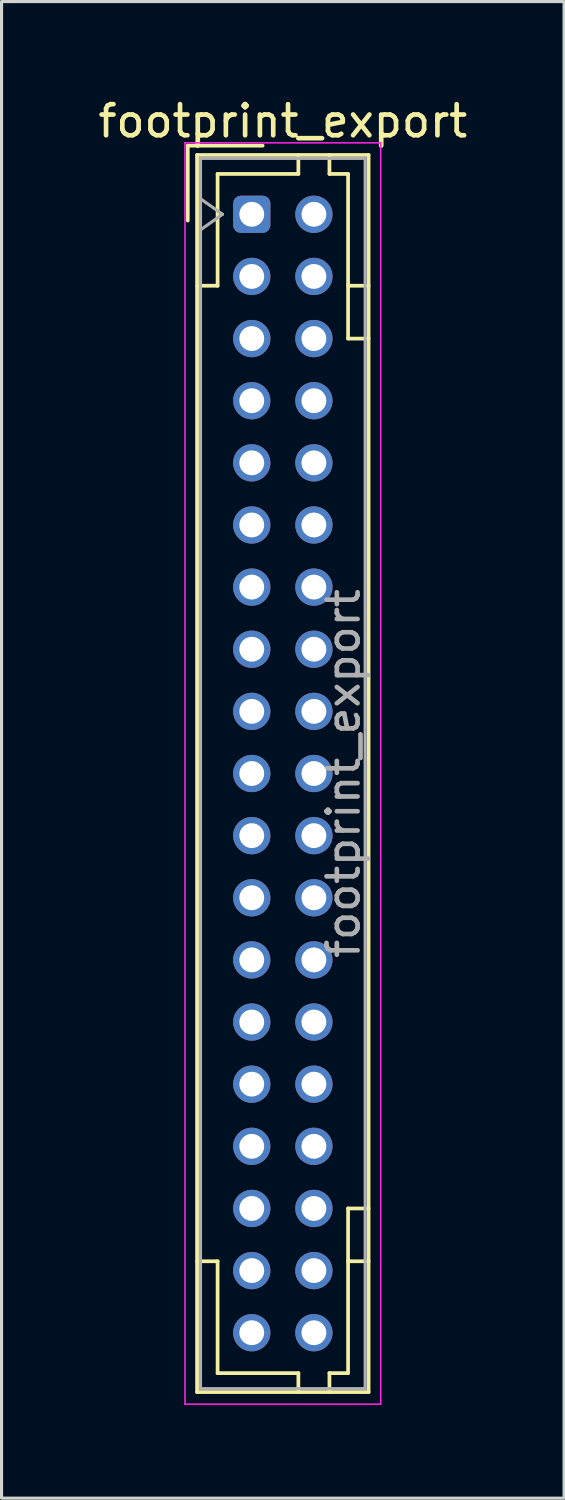
<source format=kicad_pcb>
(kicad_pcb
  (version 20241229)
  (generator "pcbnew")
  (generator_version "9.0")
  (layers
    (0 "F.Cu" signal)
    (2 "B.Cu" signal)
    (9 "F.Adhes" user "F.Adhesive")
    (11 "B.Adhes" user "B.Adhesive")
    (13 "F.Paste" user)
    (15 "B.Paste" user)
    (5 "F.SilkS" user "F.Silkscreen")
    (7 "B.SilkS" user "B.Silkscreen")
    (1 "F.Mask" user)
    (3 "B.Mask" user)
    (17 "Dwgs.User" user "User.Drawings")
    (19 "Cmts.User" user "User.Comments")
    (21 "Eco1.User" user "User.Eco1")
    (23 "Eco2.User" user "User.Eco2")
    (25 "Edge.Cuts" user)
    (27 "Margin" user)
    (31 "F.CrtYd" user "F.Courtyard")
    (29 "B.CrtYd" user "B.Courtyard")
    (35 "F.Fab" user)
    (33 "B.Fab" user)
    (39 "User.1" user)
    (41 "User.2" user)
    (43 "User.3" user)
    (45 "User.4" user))
  (footprint "footprint_export"
    (layer "F.Cu")
    (at 5.054 3.848)
    (property "Reference" "footprint_export" (at 1 -3 0) (layer "F.SilkS") (effects (font (size 1 1) (thickness 0.15))))
    (attr through_hole)
    (fp_line (start -2.06 -2.21) (end -2.06 0.2) (stroke (width 0.12) (type solid)) (layer "F.SilkS"))
    (fp_line (start -1.76 -1.91) (end -1.76 37.91) (stroke (width 0.12) (type solid)) (layer "F.SilkS"))
    (fp_line (start -1.76 37.91) (end 3.76 37.91) (stroke (width 0.12) (type solid)) (layer "F.SilkS"))
    (fp_line (start -1.1 -1.3) (end -1.1 2.3) (stroke (width 0.12) (type solid)) (layer "F.SilkS"))
    (fp_line (start -1.1 2.3) (end -1.76 2.3) (stroke (width 0.12) (type solid)) (layer "F.SilkS"))
    (fp_line (start -1.1 33.7) (end -1.76 33.7) (stroke (width 0.12) (type solid)) (layer "F.SilkS"))
    (fp_line (start -1.1 37.3) (end -1.1 33.7) (stroke (width 0.12) (type solid)) (layer "F.SilkS"))
    (fp_line (start 0.35 -2.21) (end -2.06 -2.21) (stroke (width 0.12) (type solid)) (layer "F.SilkS"))
    (fp_line (start 1.5 -1.91) (end 1.5 -1.3) (stroke (width 0.12) (type solid)) (layer "F.SilkS"))
    (fp_line (start 1.5 -1.3) (end -1.1 -1.3) (stroke (width 0.12) (type solid)) (layer "F.SilkS"))
    (fp_line (start 1.5 37.3) (end -1.1 37.3) (stroke (width 0.12) (type solid)) (layer "F.SilkS"))
    (fp_line (start 1.5 37.91) (end 1.5 37.3) (stroke (width 0.12) (type solid)) (layer "F.SilkS"))
    (fp_line (start 2.5 -1.91) (end 2.5 -1.3) (stroke (width 0.12) (type solid)) (layer "F.SilkS"))
    (fp_line (start 2.5 -1.3) (end 3.1 -1.3) (stroke (width 0.12) (type solid)) (layer "F.SilkS"))
    (fp_line (start 2.5 37.3) (end 3.1 37.3) (stroke (width 0.12) (type solid)) (layer "F.SilkS"))
    (fp_line (start 2.5 37.91) (end 2.5 37.3) (stroke (width 0.12) (type solid)) (layer "F.SilkS"))
    (fp_line (start 3.1 -1.3) (end 3.1 4) (stroke (width 0.12) (type solid)) (layer "F.SilkS"))
    (fp_line (start 3.1 4) (end 3.76 4) (stroke (width 0.12) (type solid)) (layer "F.SilkS"))
    (fp_line (start 3.1 32) (end 3.76 32) (stroke (width 0.12) (type solid)) (layer "F.SilkS"))
    (fp_line (start 3.1 37.3) (end 3.1 32) (stroke (width 0.12) (type solid)) (layer "F.SilkS"))
    (fp_line (start 3.76 -1.91) (end -1.76 -1.91) (stroke (width 0.12) (type solid)) (layer "F.SilkS"))
    (fp_line (start 3.76 2.3) (end 3.1 2.3) (stroke (width 0.12) (type solid)) (layer "F.SilkS"))
    (fp_line (start 3.76 33.7) (end 3.1 33.7) (stroke (width 0.12) (type solid)) (layer "F.SilkS"))
    (fp_line (start 3.76 37.91) (end 3.76 -1.91) (stroke (width 0.12) (type solid)) (layer "F.SilkS"))
    (fp_line (start -2.15 -2.3) (end -2.15 38.3) (stroke (width 0.05) (type solid)) (layer "F.CrtYd"))
    (fp_line (start -2.15 38.3) (end 4.15 38.3) (stroke (width 0.05) (type solid)) (layer "F.CrtYd"))
    (fp_line (start 4.15 -2.3) (end -2.15 -2.3) (stroke (width 0.05) (type solid)) (layer "F.CrtYd"))
    (fp_line (start 4.15 38.3) (end 4.15 -2.3) (stroke (width 0.05) (type solid)) (layer "F.CrtYd"))
    (fp_line (start -1.65 -1.8) (end -1.65 37.8) (stroke (width 0.1) (type solid)) (layer "F.Fab"))
    (fp_line (start -1.65 0.5) (end -0.943 0) (stroke (width 0.1) (type solid)) (layer "F.Fab"))
    (fp_line (start -1.65 37.8) (end 3.65 37.8) (stroke (width 0.1) (type solid)) (layer "F.Fab"))
    (fp_line (start -0.943 0) (end -1.65 -0.5) (stroke (width 0.1) (type solid)) (layer "F.Fab"))
    (fp_line (start 3.65 -1.8) (end -1.65 -1.8) (stroke (width 0.1) (type solid)) (layer "F.Fab"))
    (fp_line (start 3.65 37.8) (end 3.65 -1.8) (stroke (width 0.1) (type solid)) (layer "F.Fab"))
    (fp_text user "${REFERENCE}" (at 2.95 18 90) (layer "F.Fab") (effects (font (size 1 1) (thickness 0.15))))
    (pad "a1" thru_hole roundrect (at 0 0) (size 1.2 1.2) (drill 0.8) (layers "*.Cu" "*.Mask") (roundrect_rratio 0.208))
    (pad "a2" thru_hole circle (at 0 2) (size 1.2 1.2) (drill 0.8) (layers "*.Cu" "*.Mask"))
    (pad "a3" thru_hole circle (at 0 4) (size 1.2 1.2) (drill 0.8) (layers "*.Cu" "*.Mask"))
    (pad "a4" thru_hole circle (at 0 6) (size 1.2 1.2) (drill 0.8) (layers "*.Cu" "*.Mask"))
    (pad "a5" thru_hole circle (at 0 8) (size 1.2 1.2) (drill 0.8) (layers "*.Cu" "*.Mask"))
    (pad "a6" thru_hole circle (at 0 10) (size 1.2 1.2) (drill 0.8) (layers "*.Cu" "*.Mask"))
    (pad "a7" thru_hole circle (at 0 12) (size 1.2 1.2) (drill 0.8) (layers "*.Cu" "*.Mask"))
    (pad "a8" thru_hole circle (at 0 14) (size 1.2 1.2) (drill 0.8) (layers "*.Cu" "*.Mask"))
    (pad "a9" thru_hole circle (at 0 16) (size 1.2 1.2) (drill 0.8) (layers "*.Cu" "*.Mask"))
    (pad "a10" thru_hole circle (at 0 18) (size 1.2 1.2) (drill 0.8) (layers "*.Cu" "*.Mask"))
    (pad "a11" thru_hole circle (at 0 20) (size 1.2 1.2) (drill 0.8) (layers "*.Cu" "*.Mask"))
    (pad "a12" thru_hole circle (at 0 22) (size 1.2 1.2) (drill 0.8) (layers "*.Cu" "*.Mask"))
    (pad "a13" thru_hole circle (at 0 24) (size 1.2 1.2) (drill 0.8) (layers "*.Cu" "*.Mask"))
    (pad "a14" thru_hole circle (at 0 26) (size 1.2 1.2) (drill 0.8) (layers "*.Cu" "*.Mask"))
    (pad "a15" thru_hole circle (at 0 28) (size 1.2 1.2) (drill 0.8) (layers "*.Cu" "*.Mask"))
    (pad "a16" thru_hole circle (at 0 30) (size 1.2 1.2) (drill 0.8) (layers "*.Cu" "*.Mask"))
    (pad "a17" thru_hole circle (at 0 32) (size 1.2 1.2) (drill 0.8) (layers "*.Cu" "*.Mask"))
    (pad "a18" thru_hole circle (at 0 34) (size 1.2 1.2) (drill 0.8) (layers "*.Cu" "*.Mask"))
    (pad "a19" thru_hole circle (at 0 36) (size 1.2 1.2) (drill 0.8) (layers "*.Cu" "*.Mask"))
    (pad "b1" thru_hole circle (at 2 0) (size 1.2 1.2) (drill 0.8) (layers "*.Cu" "*.Mask"))
    (pad "b2" thru_hole circle (at 2 2) (size 1.2 1.2) (drill 0.8) (layers "*.Cu" "*.Mask"))
    (pad "b3" thru_hole circle (at 2 4) (size 1.2 1.2) (drill 0.8) (layers "*.Cu" "*.Mask"))
    (pad "b4" thru_hole circle (at 2 6) (size 1.2 1.2) (drill 0.8) (layers "*.Cu" "*.Mask"))
    (pad "b5" thru_hole circle (at 2 8) (size 1.2 1.2) (drill 0.8) (layers "*.Cu" "*.Mask"))
    (pad "b6" thru_hole circle (at 2 10) (size 1.2 1.2) (drill 0.8) (layers "*.Cu" "*.Mask"))
    (pad "b7" thru_hole circle (at 2 12) (size 1.2 1.2) (drill 0.8) (layers "*.Cu" "*.Mask"))
    (pad "b8" thru_hole circle (at 2 14) (size 1.2 1.2) (drill 0.8) (layers "*.Cu" "*.Mask"))
    (pad "b9" thru_hole circle (at 2 16) (size 1.2 1.2) (drill 0.8) (layers "*.Cu" "*.Mask"))
    (pad "b10" thru_hole circle (at 2 18) (size 1.2 1.2) (drill 0.8) (layers "*.Cu" "*.Mask"))
    (pad "b11" thru_hole circle (at 2 20) (size 1.2 1.2) (drill 0.8) (layers "*.Cu" "*.Mask"))
    (pad "b12" thru_hole circle (at 2 22) (size 1.2 1.2) (drill 0.8) (layers "*.Cu" "*.Mask"))
    (pad "b13" thru_hole circle (at 2 24) (size 1.2 1.2) (drill 0.8) (layers "*.Cu" "*.Mask"))
    (pad "b14" thru_hole circle (at 2 26) (size 1.2 1.2) (drill 0.8) (layers "*.Cu" "*.Mask"))
    (pad "b15" thru_hole circle (at 2 28) (size 1.2 1.2) (drill 0.8) (layers "*.Cu" "*.Mask"))
    (pad "b16" thru_hole circle (at 2 30) (size 1.2 1.2) (drill 0.8) (layers "*.Cu" "*.Mask"))
    (pad "b17" thru_hole circle (at 2 32) (size 1.2 1.2) (drill 0.8) (layers "*.Cu" "*.Mask"))
    (pad "b18" thru_hole circle (at 2 34) (size 1.2 1.2) (drill 0.8) (layers "*.Cu" "*.Mask"))
    (pad "b19" thru_hole circle (at 2 36) (size 1.2 1.2) (drill 0.8) (layers "*.Cu" "*.Mask")))
  (gr_rect
    (start -3 -3)
    (end 15.107 45.173)
    (stroke (width 0.1) (type default))
    (fill no)
    (layer "Edge.Cuts")))
</source>
